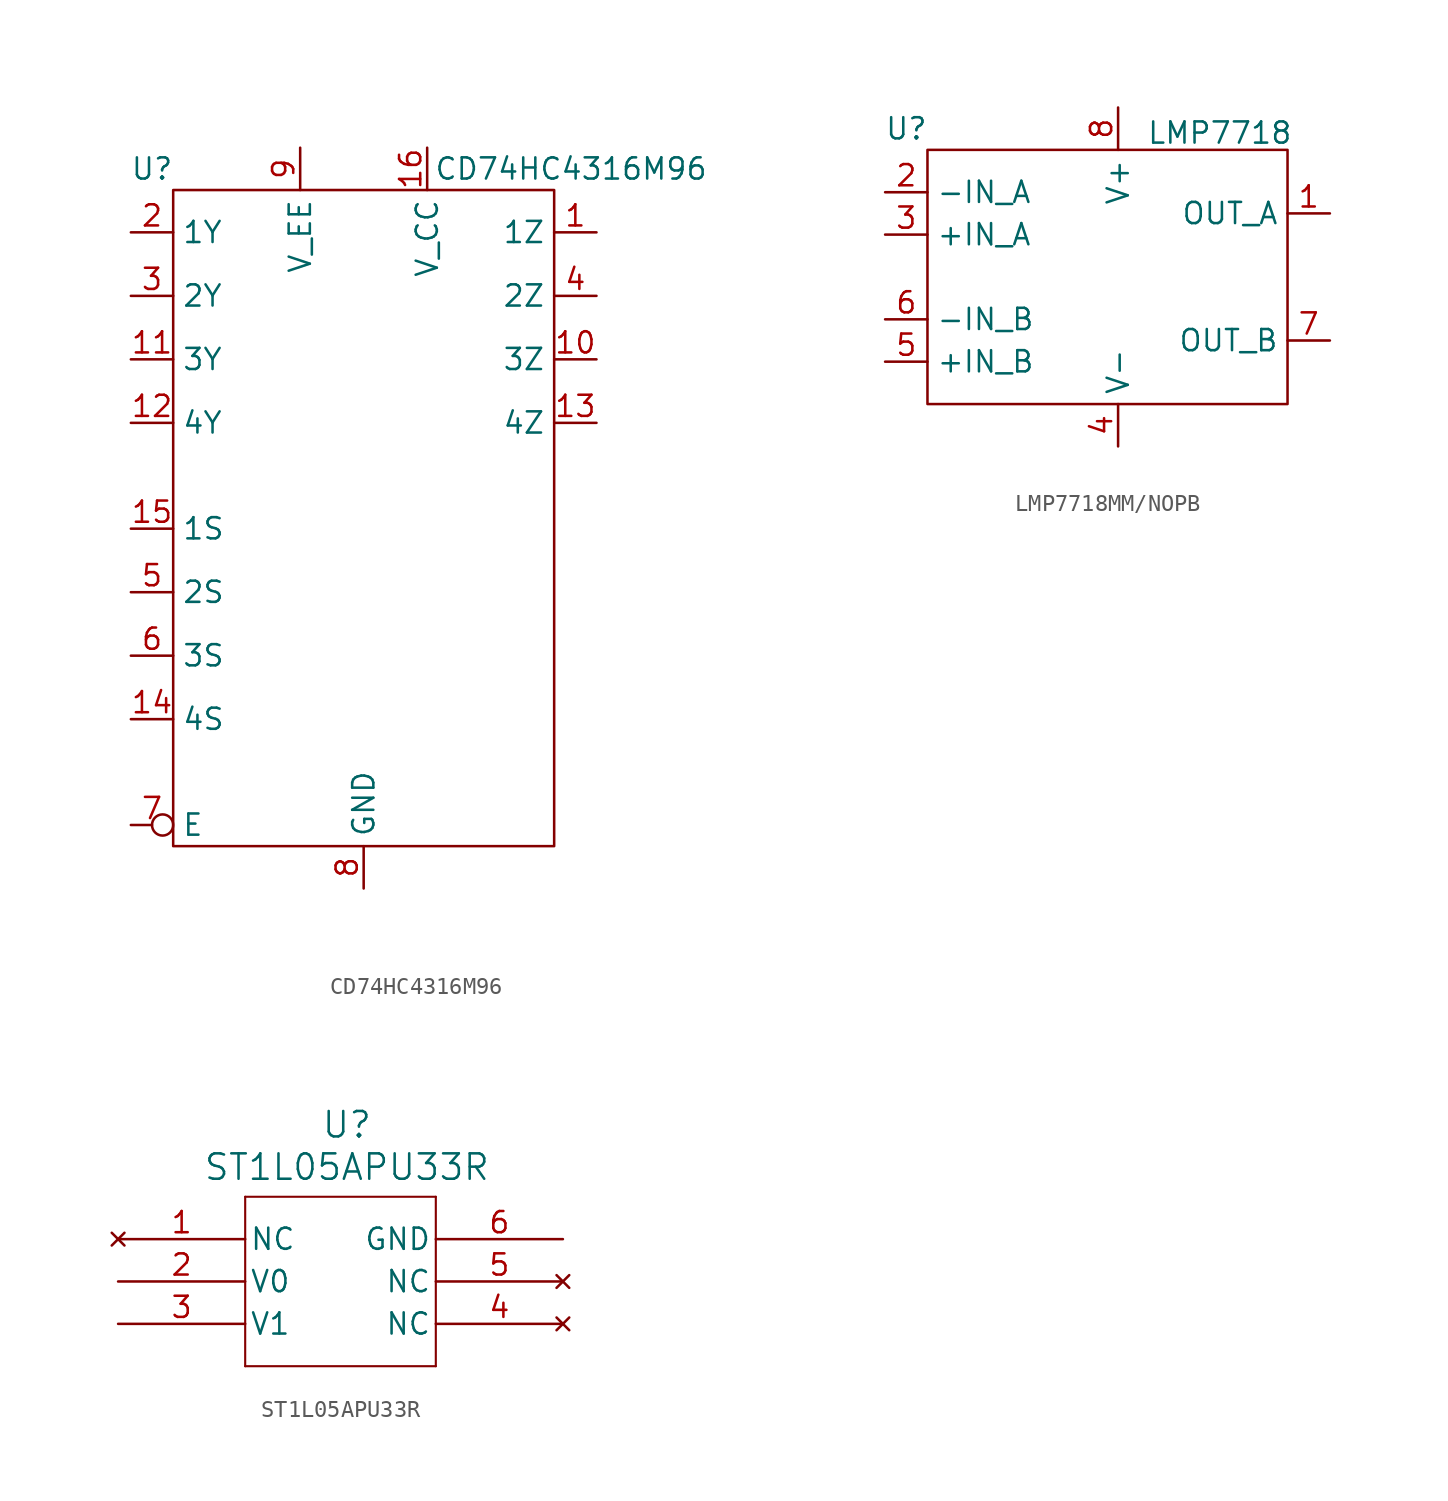
<source format=kicad_sym>
(kicad_symbol_lib
  (version 20231120)
  (generator "kicad_symbol_editor")
  (generator_version "8.0")
  (symbol "CD74HC4316M96"
    (property "Reference" "U"
      (at 0 0 0)
      (effects (font (size 1.27 1.27))))
    (property "Value" "CD74HC4316M96"
      (at 25.146 0 0)
      (effects (font (size 1.27 1.27))))
    (symbol "CD74HC4316M96_0_1"
      (rectangle (start 1.27 -1.27) (end 24.13 -40.64) (stroke (width 0) (type default)) (fill (type none))))
    (symbol "CD74HC4316M96_1_1"
      (pin bidirectional line (at 26.67 -3.81 180) (length 2.54) (name "1Z" (effects (font (size 1.27 1.27)))) (number "1" (effects (font (size 1.27 1.27)))))
      (pin bidirectional line (at 26.67 -11.43 180) (length 2.54) (name "3Z" (effects (font (size 1.27 1.27)))) (number "10" (effects (font (size 1.27 1.27)))))
      (pin bidirectional line (at -1.27 -11.43 0) (length 2.54) (name "3Y" (effects (font (size 1.27 1.27)))) (number "11" (effects (font (size 1.27 1.27)))))
      (pin bidirectional line (at -1.27 -15.24 0) (length 2.54) (name "4Y" (effects (font (size 1.27 1.27)))) (number "12" (effects (font (size 1.27 1.27)))))
      (pin bidirectional line (at 26.67 -15.24 180) (length 2.54) (name "4Z" (effects (font (size 1.27 1.27)))) (number "13" (effects (font (size 1.27 1.27)))))
      (pin input line (at -1.27 -33.02 0) (length 2.54) (name "4S" (effects (font (size 1.27 1.27)))) (number "14" (effects (font (size 1.27 1.27)))))
      (pin input line (at -1.27 -21.59 0) (length 2.54) (name "1S" (effects (font (size 1.27 1.27)))) (number "15" (effects (font (size 1.27 1.27)))))
      (pin power_in line (at 16.51 1.27 270) (length 2.54) (name "V_CC" (effects (font (size 1.27 1.27)))) (number "16" (effects (font (size 1.27 1.27)))))
      (pin bidirectional line (at -1.27 -3.81 0) (length 2.54) (name "1Y" (effects (font (size 1.27 1.27)))) (number "2" (effects (font (size 1.27 1.27)))))
      (pin bidirectional line (at -1.27 -7.62 0) (length 2.54) (name "2Y" (effects (font (size 1.27 1.27)))) (number "3" (effects (font (size 1.27 1.27)))))
      (pin bidirectional line (at 26.67 -7.62 180) (length 2.54) (name "2Z" (effects (font (size 1.27 1.27)))) (number "4" (effects (font (size 1.27 1.27)))))
      (pin input line (at -1.27 -25.4 0) (length 2.54) (name "2S" (effects (font (size 1.27 1.27)))) (number "5" (effects (font (size 1.27 1.27)))))
      (pin input line (at -1.27 -29.21 0) (length 2.54) (name "3S" (effects (font (size 1.27 1.27)))) (number "6" (effects (font (size 1.27 1.27)))))
      (pin input inverted (at -1.27 -39.37 0) (length 2.54) (name "E" (effects (font (size 1.27 1.27)))) (number "7" (effects (font (size 1.27 1.27)))))
      (pin power_in line (at 12.7 -43.18 90) (length 2.54) (name "GND" (effects (font (size 1.27 1.27)))) (number "8" (effects (font (size 1.27 1.27)))))
      (pin power_in line (at 8.89 1.27 270) (length 2.54) (name "V_EE" (effects (font (size 1.27 1.27)))) (number "9" (effects (font (size 1.27 1.27)))))))
  (symbol "LMP7718MM/NOPB"
    (property "Reference" "U"
      (at 0 0 0)
      (effects (font (size 1.27 1.27))))
    (property "Value" "LMP7718"
      (at 18.796 -0.254 0)
      (effects (font (size 1.27 1.27))))
    (symbol "LMP7718MM/NOPB_0_1"
      (rectangle (start 1.27 -1.27) (end 22.86 -16.51) (stroke (width 0) (type default)) (fill (type none))))
    (symbol "LMP7718MM/NOPB_1_1"
      (pin power_out line (at 25.4 -5.08 180) (length 2.54) (name "OUT_A" (effects (font (size 1.27 1.27)))) (number "1" (effects (font (size 1.27 1.27)))))
      (pin power_in line (at -1.27 -3.81 0) (length 2.54) (name "-IN_A" (effects (font (size 1.27 1.27)))) (number "2" (effects (font (size 1.27 1.27)))))
      (pin power_in line (at -1.27 -6.35 0) (length 2.54) (name "+IN_A" (effects (font (size 1.27 1.27)))) (number "3" (effects (font (size 1.27 1.27)))))
      (pin power_in line (at 12.7 -19.05 90) (length 2.54) (name "V-" (effects (font (size 1.27 1.27)))) (number "4" (effects (font (size 1.27 1.27)))))
      (pin power_in line (at -1.27 -13.97 0) (length 2.54) (name "+IN_B" (effects (font (size 1.27 1.27)))) (number "5" (effects (font (size 1.27 1.27)))))
      (pin power_in line (at -1.27 -11.43 0) (length 2.54) (name "-IN_B" (effects (font (size 1.27 1.27)))) (number "6" (effects (font (size 1.27 1.27)))))
      (pin power_out line (at 25.4 -12.7 180) (length 2.54) (name "OUT_B" (effects (font (size 1.27 1.27)))) (number "7" (effects (font (size 1.27 1.27)))))
      (pin power_in line (at 12.7 1.27 270) (length 2.54) (name "V+" (effects (font (size 1.27 1.27)))) (number "8" (effects (font (size 1.27 1.27)))))))
  (symbol "ST1L05APU33R"
    (pin_names
      (offset 0.254))
    (property "Reference" "U"
      (at 13.716 9.398 0)
      (effects (font (size 1.524 1.524))))
    (property "Value" "ST1L05APU33R"
      (at 13.716 6.858 0)
      (effects (font (size 1.524 1.524))))
    (property "ki_locked" ""
      (at 0 0 0)
      (effects (font (size 1.27 1.27))))
    (symbol "ST1L05APU33R_0_1"
      (polyline (pts (xy 7.62 -5.08) (xy 19.05 -5.08)) (stroke (width 0.127) (type default)) (fill (type none)))
      (polyline (pts (xy 7.62 5.08) (xy 7.62 -5.08)) (stroke (width 0.127) (type default)) (fill (type none)))
      (polyline (pts (xy 19.05 -5.08) (xy 19.05 5.08)) (stroke (width 0.127) (type default)) (fill (type none)))
      (polyline (pts (xy 19.05 5.08) (xy 7.62 5.08)) (stroke (width 0.127) (type default)) (fill (type none)))
      (pin no_connect line (at 0 2.54 0) (length 7.62) (name "NC" (effects (font (size 1.27 1.27)))) (number "1" (effects (font (size 1.27 1.27)))))
      (pin bidirectional line (at 0 0 0) (length 7.62) (name "V0" (effects (font (size 1.27 1.27)))) (number "2" (effects (font (size 1.27 1.27)))))
      (pin unspecified line (at 0 -2.54 0) (length 7.62) (name "V1" (effects (font (size 1.27 1.27)))) (number "3" (effects (font (size 1.27 1.27)))))
      (pin no_connect line (at 26.67 -2.54 180) (length 7.62) (name "NC" (effects (font (size 1.27 1.27)))) (number "4" (effects (font (size 1.27 1.27)))))
      (pin no_connect line (at 26.67 0 180) (length 7.62) (name "NC" (effects (font (size 1.27 1.27)))) (number "5" (effects (font (size 1.27 1.27)))))
      (pin power_out line (at 26.67 2.54 180) (length 7.62) (name "GND" (effects (font (size 1.27 1.27)))) (number "6" (effects (font (size 1.27 1.27))))))))
</source>
